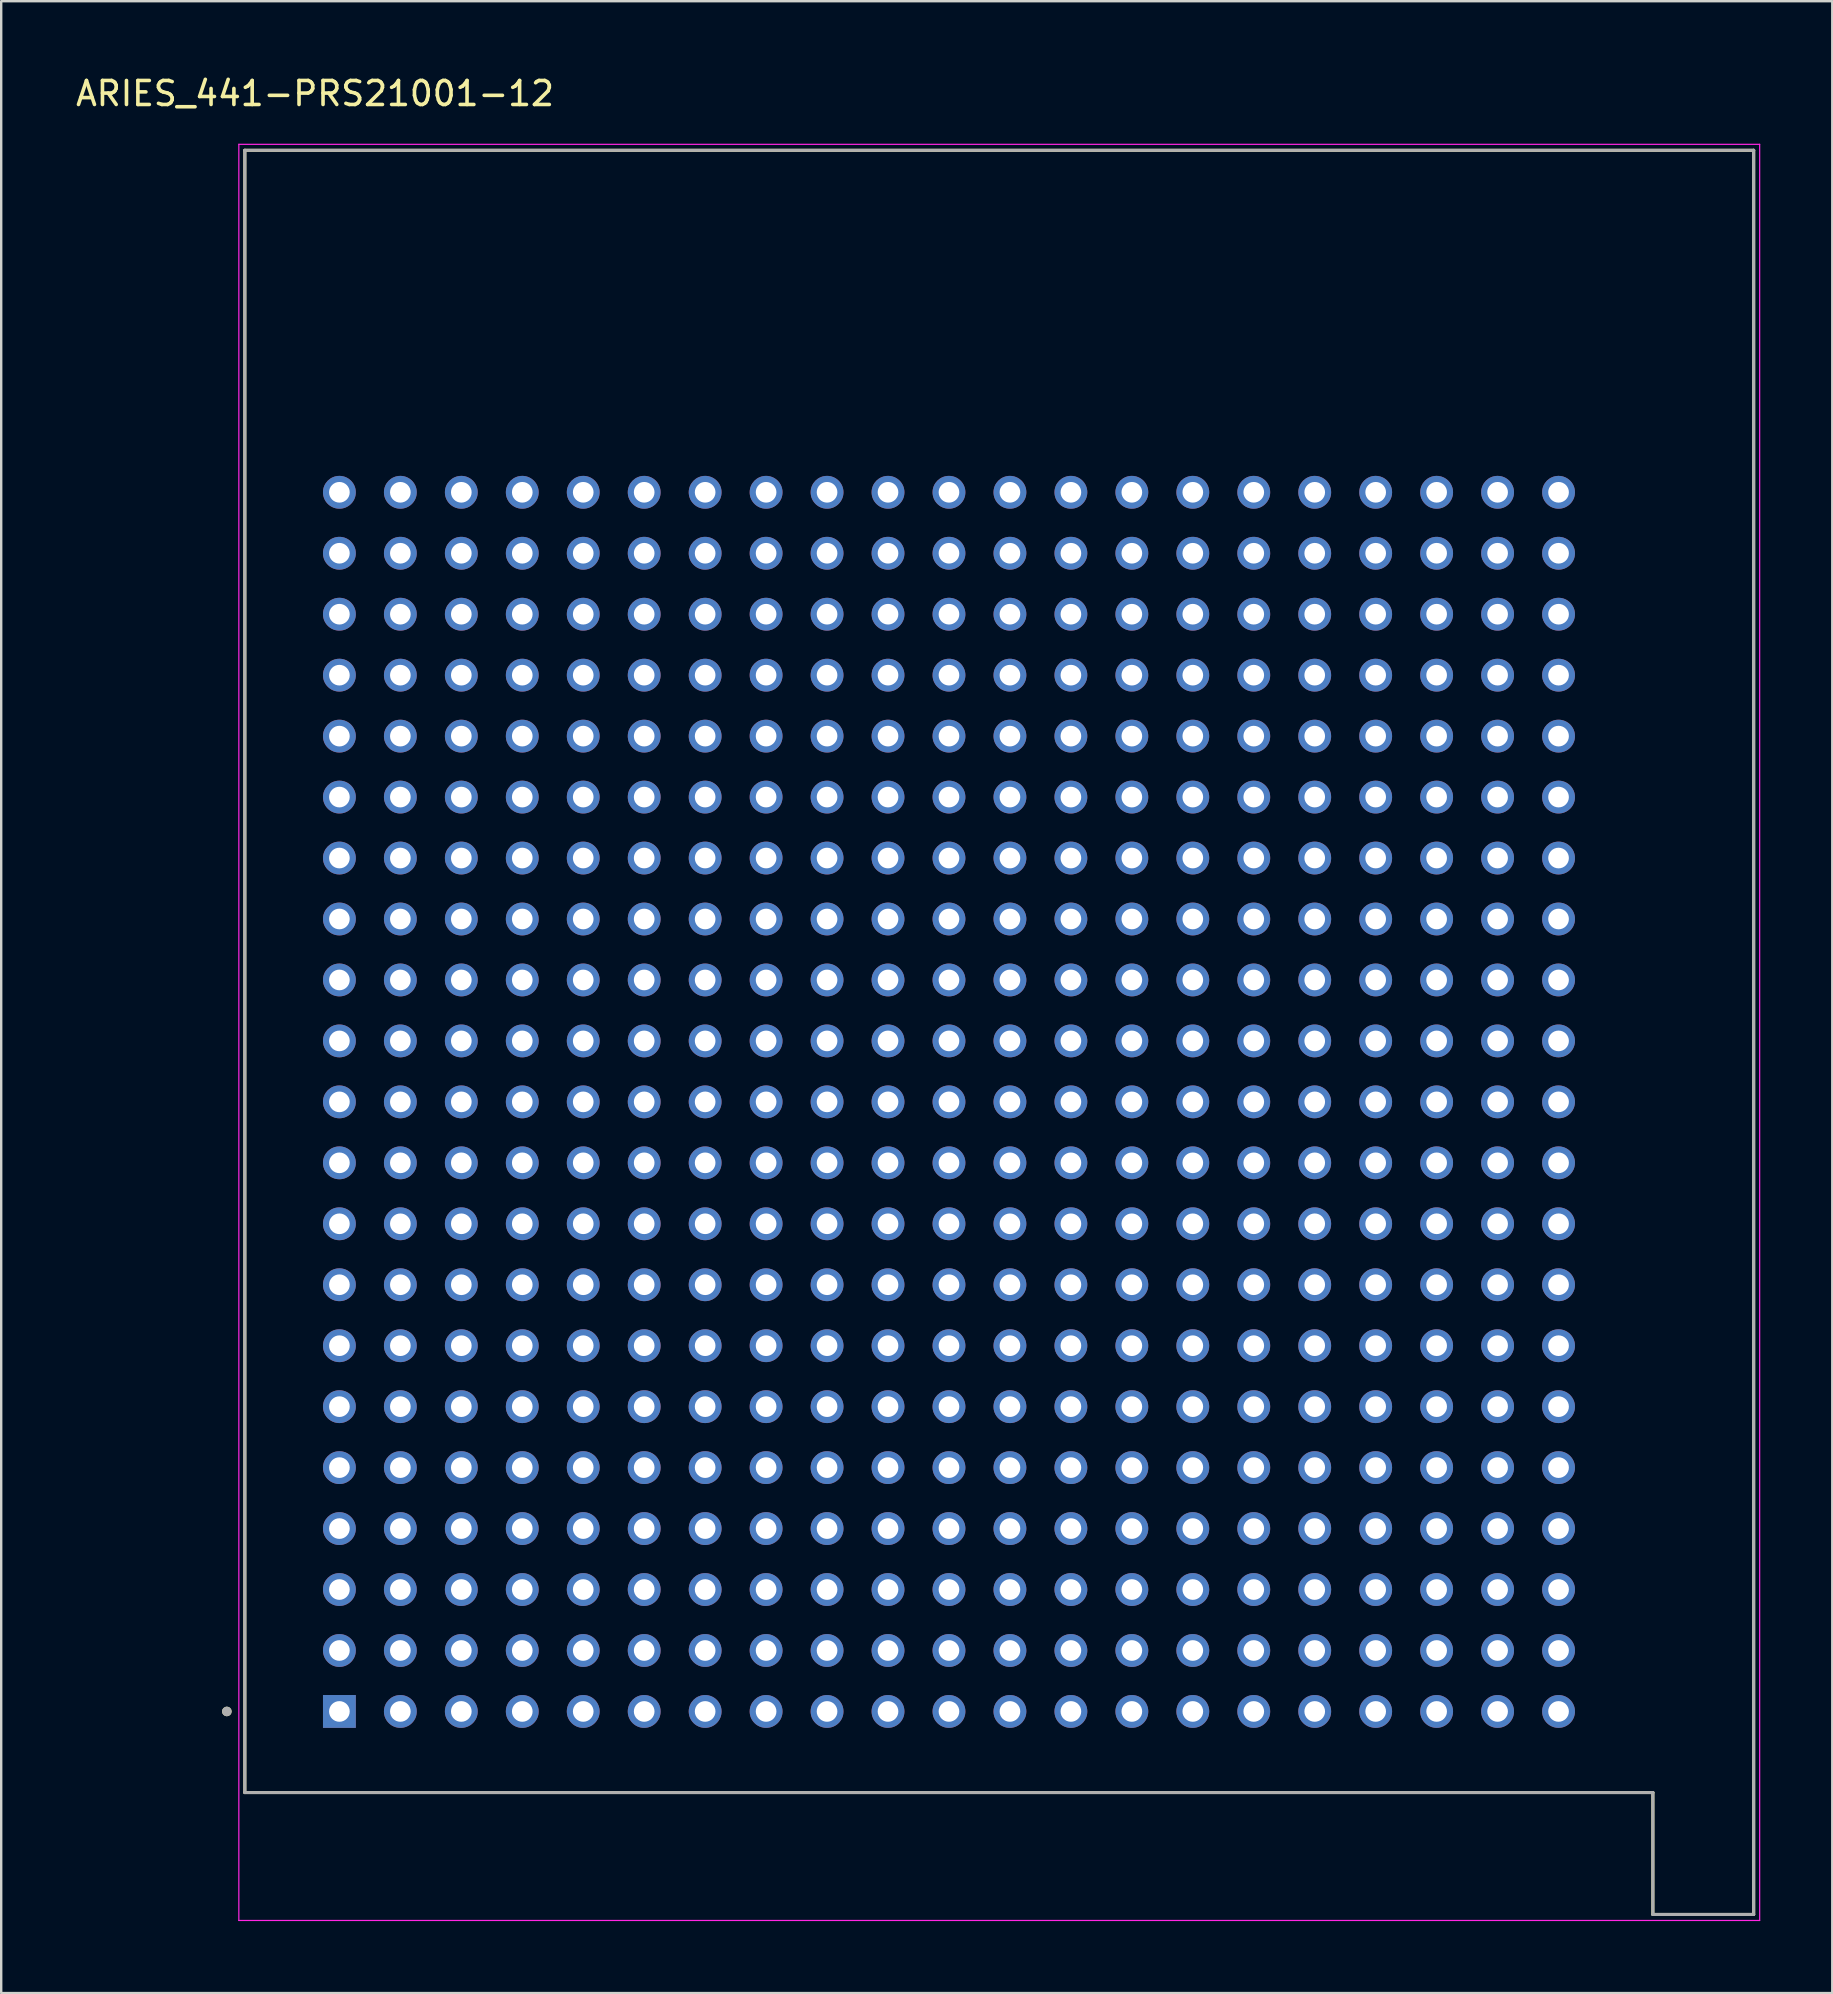
<source format=kicad_pcb>
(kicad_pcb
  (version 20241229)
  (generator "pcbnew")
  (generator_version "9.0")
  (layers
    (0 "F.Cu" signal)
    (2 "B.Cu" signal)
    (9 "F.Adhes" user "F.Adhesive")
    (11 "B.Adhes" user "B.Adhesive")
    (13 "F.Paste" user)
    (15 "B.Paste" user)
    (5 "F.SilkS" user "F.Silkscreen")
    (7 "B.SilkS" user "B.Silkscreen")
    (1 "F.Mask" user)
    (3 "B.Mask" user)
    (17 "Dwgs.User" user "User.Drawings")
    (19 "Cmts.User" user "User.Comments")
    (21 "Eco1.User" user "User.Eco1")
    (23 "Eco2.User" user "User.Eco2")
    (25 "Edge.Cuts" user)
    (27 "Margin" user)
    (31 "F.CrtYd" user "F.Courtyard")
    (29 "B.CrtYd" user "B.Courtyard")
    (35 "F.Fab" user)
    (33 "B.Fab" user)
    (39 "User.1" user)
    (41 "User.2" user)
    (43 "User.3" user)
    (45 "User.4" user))
  (footprint "ARIES_441-PRS21001-12"
    (layer "F.Cu")
    (at 36.492 42.863)
    (property "Reference" "ARIES_441-PRS21001-12" (at -26.415 -42.015 0) (layer "F.SilkS") (effects (font (size 1 1) (thickness 0.15))))
    (attr through_hole)
    (fp_line (start -29.34 -39.65) (end 33.53 -39.65) (stroke (width 0.127) (type solid)) (layer "F.SilkS"))
    (fp_line (start -29.34 28.78) (end -29.34 -39.65) (stroke (width 0.127) (type solid)) (layer "F.SilkS"))
    (fp_line (start 29.33 28.78) (end -29.34 28.78) (stroke (width 0.127) (type solid)) (layer "F.SilkS"))
    (fp_line (start 29.33 33.86) (end 29.33 28.78) (stroke (width 0.127) (type solid)) (layer "F.SilkS"))
    (fp_line (start 33.53 -39.65) (end 33.53 33.86) (stroke (width 0.127) (type solid)) (layer "F.SilkS"))
    (fp_line (start 33.53 33.86) (end 29.33 33.86) (stroke (width 0.127) (type solid)) (layer "F.SilkS"))
    (fp_circle (center -30.09 25.4) (end -29.99 25.4) (stroke (width 0.2) (type solid)) (fill no) (layer "F.SilkS"))
    (fp_line (start -29.59 -39.9) (end -29.59 34.11) (stroke (width 0.05) (type solid)) (layer "F.CrtYd"))
    (fp_line (start -29.59 34.11) (end 33.78 34.11) (stroke (width 0.05) (type solid)) (layer "F.CrtYd"))
    (fp_line (start 33.78 -39.9) (end -29.59 -39.9) (stroke (width 0.05) (type solid)) (layer "F.CrtYd"))
    (fp_line (start 33.78 34.11) (end 33.78 -39.9) (stroke (width 0.05) (type solid)) (layer "F.CrtYd"))
    (fp_line (start -29.34 -39.65) (end 33.53 -39.65) (stroke (width 0.127) (type solid)) (layer "F.Fab"))
    (fp_line (start -29.34 28.78) (end -29.34 -39.65) (stroke (width 0.127) (type solid)) (layer "F.Fab"))
    (fp_line (start 29.33 28.78) (end -29.34 28.78) (stroke (width 0.127) (type solid)) (layer "F.Fab"))
    (fp_line (start 29.33 33.86) (end 29.33 28.78) (stroke (width 0.127) (type solid)) (layer "F.Fab"))
    (fp_line (start 33.53 -39.65) (end 33.53 33.86) (stroke (width 0.127) (type solid)) (layer "F.Fab"))
    (fp_line (start 33.53 33.86) (end 29.33 33.86) (stroke (width 0.127) (type solid)) (layer "F.Fab"))
    (fp_circle (center -30.09 25.4) (end -29.99 25.4) (stroke (width 0.2) (type solid)) (fill no) (layer "F.Fab"))
    (pad "A1" thru_hole rect (at -25.4 25.4) (size 1.368 1.368) (drill 0.86) (layers "*.Cu" "*.Mask"))
    (pad "A2" thru_hole circle (at -22.86 25.4) (size 1.368 1.368) (drill 0.86) (layers "*.Cu" "*.Mask"))
    (pad "A3" thru_hole circle (at -20.32 25.4) (size 1.368 1.368) (drill 0.86) (layers "*.Cu" "*.Mask"))
    (pad "A4" thru_hole circle (at -17.78 25.4) (size 1.368 1.368) (drill 0.86) (layers "*.Cu" "*.Mask"))
    (pad "A5" thru_hole circle (at -15.24 25.4) (size 1.368 1.368) (drill 0.86) (layers "*.Cu" "*.Mask"))
    (pad "A6" thru_hole circle (at -12.7 25.4) (size 1.368 1.368) (drill 0.86) (layers "*.Cu" "*.Mask"))
    (pad "A7" thru_hole circle (at -10.16 25.4) (size 1.368 1.368) (drill 0.86) (layers "*.Cu" "*.Mask"))
    (pad "A8" thru_hole circle (at -7.62 25.4) (size 1.368 1.368) (drill 0.86) (layers "*.Cu" "*.Mask"))
    (pad "A9" thru_hole circle (at -5.08 25.4) (size 1.368 1.368) (drill 0.86) (layers "*.Cu" "*.Mask"))
    (pad "A10" thru_hole circle (at -2.54 25.4) (size 1.368 1.368) (drill 0.86) (layers "*.Cu" "*.Mask"))
    (pad "A11" thru_hole circle (at 0 25.4) (size 1.368 1.368) (drill 0.86) (layers "*.Cu" "*.Mask"))
    (pad "A12" thru_hole circle (at 2.54 25.4) (size 1.368 1.368) (drill 0.86) (layers "*.Cu" "*.Mask"))
    (pad "A13" thru_hole circle (at 5.08 25.4) (size 1.368 1.368) (drill 0.86) (layers "*.Cu" "*.Mask"))
    (pad "A14" thru_hole circle (at 7.62 25.4) (size 1.368 1.368) (drill 0.86) (layers "*.Cu" "*.Mask"))
    (pad "A15" thru_hole circle (at 10.16 25.4) (size 1.368 1.368) (drill 0.86) (layers "*.Cu" "*.Mask"))
    (pad "A16" thru_hole circle (at 12.7 25.4) (size 1.368 1.368) (drill 0.86) (layers "*.Cu" "*.Mask"))
    (pad "A17" thru_hole circle (at 15.24 25.4) (size 1.368 1.368) (drill 0.86) (layers "*.Cu" "*.Mask"))
    (pad "A18" thru_hole circle (at 17.78 25.4) (size 1.368 1.368) (drill 0.86) (layers "*.Cu" "*.Mask"))
    (pad "A19" thru_hole circle (at 20.32 25.4) (size 1.368 1.368) (drill 0.86) (layers "*.Cu" "*.Mask"))
    (pad "A20" thru_hole circle (at 22.86 25.4) (size 1.368 1.368) (drill 0.86) (layers "*.Cu" "*.Mask"))
    (pad "A21" thru_hole circle (at 25.4 25.4) (size 1.368 1.368) (drill 0.86) (layers "*.Cu" "*.Mask"))
    (pad "B1" thru_hole circle (at -25.4 22.86) (size 1.368 1.368) (drill 0.86) (layers "*.Cu" "*.Mask"))
    (pad "B2" thru_hole circle (at -22.86 22.86) (size 1.368 1.368) (drill 0.86) (layers "*.Cu" "*.Mask"))
    (pad "B3" thru_hole circle (at -20.32 22.86) (size 1.368 1.368) (drill 0.86) (layers "*.Cu" "*.Mask"))
    (pad "B4" thru_hole circle (at -17.78 22.86) (size 1.368 1.368) (drill 0.86) (layers "*.Cu" "*.Mask"))
    (pad "B5" thru_hole circle (at -15.24 22.86) (size 1.368 1.368) (drill 0.86) (layers "*.Cu" "*.Mask"))
    (pad "B6" thru_hole circle (at -12.7 22.86) (size 1.368 1.368) (drill 0.86) (layers "*.Cu" "*.Mask"))
    (pad "B7" thru_hole circle (at -10.16 22.86) (size 1.368 1.368) (drill 0.86) (layers "*.Cu" "*.Mask"))
    (pad "B8" thru_hole circle (at -7.62 22.86) (size 1.368 1.368) (drill 0.86) (layers "*.Cu" "*.Mask"))
    (pad "B9" thru_hole circle (at -5.08 22.86) (size 1.368 1.368) (drill 0.86) (layers "*.Cu" "*.Mask"))
    (pad "B10" thru_hole circle (at -2.54 22.86) (size 1.368 1.368) (drill 0.86) (layers "*.Cu" "*.Mask"))
    (pad "B11" thru_hole circle (at 0 22.86) (size 1.368 1.368) (drill 0.86) (layers "*.Cu" "*.Mask"))
    (pad "B12" thru_hole circle (at 2.54 22.86) (size 1.368 1.368) (drill 0.86) (layers "*.Cu" "*.Mask"))
    (pad "B13" thru_hole circle (at 5.08 22.86) (size 1.368 1.368) (drill 0.86) (layers "*.Cu" "*.Mask"))
    (pad "B14" thru_hole circle (at 7.62 22.86) (size 1.368 1.368) (drill 0.86) (layers "*.Cu" "*.Mask"))
    (pad "B15" thru_hole circle (at 10.16 22.86) (size 1.368 1.368) (drill 0.86) (layers "*.Cu" "*.Mask"))
    (pad "B16" thru_hole circle (at 12.7 22.86) (size 1.368 1.368) (drill 0.86) (layers "*.Cu" "*.Mask"))
    (pad "B17" thru_hole circle (at 15.24 22.86) (size 1.368 1.368) (drill 0.86) (layers "*.Cu" "*.Mask"))
    (pad "B18" thru_hole circle (at 17.78 22.86) (size 1.368 1.368) (drill 0.86) (layers "*.Cu" "*.Mask"))
    (pad "B19" thru_hole circle (at 20.32 22.86) (size 1.368 1.368) (drill 0.86) (layers "*.Cu" "*.Mask"))
    (pad "B20" thru_hole circle (at 22.86 22.86) (size 1.368 1.368) (drill 0.86) (layers "*.Cu" "*.Mask"))
    (pad "B21" thru_hole circle (at 25.4 22.86) (size 1.368 1.368) (drill 0.86) (layers "*.Cu" "*.Mask"))
    (pad "C1" thru_hole circle (at -25.4 20.32) (size 1.368 1.368) (drill 0.86) (layers "*.Cu" "*.Mask"))
    (pad "C2" thru_hole circle (at -22.86 20.32) (size 1.368 1.368) (drill 0.86) (layers "*.Cu" "*.Mask"))
    (pad "C3" thru_hole circle (at -20.32 20.32) (size 1.368 1.368) (drill 0.86) (layers "*.Cu" "*.Mask"))
    (pad "C4" thru_hole circle (at -17.78 20.32) (size 1.368 1.368) (drill 0.86) (layers "*.Cu" "*.Mask"))
    (pad "C5" thru_hole circle (at -15.24 20.32) (size 1.368 1.368) (drill 0.86) (layers "*.Cu" "*.Mask"))
    (pad "C6" thru_hole circle (at -12.7 20.32) (size 1.368 1.368) (drill 0.86) (layers "*.Cu" "*.Mask"))
    (pad "C7" thru_hole circle (at -10.16 20.32) (size 1.368 1.368) (drill 0.86) (layers "*.Cu" "*.Mask"))
    (pad "C8" thru_hole circle (at -7.62 20.32) (size 1.368 1.368) (drill 0.86) (layers "*.Cu" "*.Mask"))
    (pad "C9" thru_hole circle (at -5.08 20.32) (size 1.368 1.368) (drill 0.86) (layers "*.Cu" "*.Mask"))
    (pad "C10" thru_hole circle (at -2.54 20.32) (size 1.368 1.368) (drill 0.86) (layers "*.Cu" "*.Mask"))
    (pad "C11" thru_hole circle (at 0 20.32) (size 1.368 1.368) (drill 0.86) (layers "*.Cu" "*.Mask"))
    (pad "C12" thru_hole circle (at 2.54 20.32) (size 1.368 1.368) (drill 0.86) (layers "*.Cu" "*.Mask"))
    (pad "C13" thru_hole circle (at 5.08 20.32) (size 1.368 1.368) (drill 0.86) (layers "*.Cu" "*.Mask"))
    (pad "C14" thru_hole circle (at 7.62 20.32) (size 1.368 1.368) (drill 0.86) (layers "*.Cu" "*.Mask"))
    (pad "C15" thru_hole circle (at 10.16 20.32) (size 1.368 1.368) (drill 0.86) (layers "*.Cu" "*.Mask"))
    (pad "C16" thru_hole circle (at 12.7 20.32) (size 1.368 1.368) (drill 0.86) (layers "*.Cu" "*.Mask"))
    (pad "C17" thru_hole circle (at 15.24 20.32) (size 1.368 1.368) (drill 0.86) (layers "*.Cu" "*.Mask"))
    (pad "C18" thru_hole circle (at 17.78 20.32) (size 1.368 1.368) (drill 0.86) (layers "*.Cu" "*.Mask"))
    (pad "C19" thru_hole circle (at 20.32 20.32) (size 1.368 1.368) (drill 0.86) (layers "*.Cu" "*.Mask"))
    (pad "C20" thru_hole circle (at 22.86 20.32) (size 1.368 1.368) (drill 0.86) (layers "*.Cu" "*.Mask"))
    (pad "C21" thru_hole circle (at 25.4 20.32) (size 1.368 1.368) (drill 0.86) (layers "*.Cu" "*.Mask"))
    (pad "D1" thru_hole circle (at -25.4 17.78) (size 1.368 1.368) (drill 0.86) (layers "*.Cu" "*.Mask"))
    (pad "D2" thru_hole circle (at -22.86 17.78) (size 1.368 1.368) (drill 0.86) (layers "*.Cu" "*.Mask"))
    (pad "D3" thru_hole circle (at -20.32 17.78) (size 1.368 1.368) (drill 0.86) (layers "*.Cu" "*.Mask"))
    (pad "D4" thru_hole circle (at -17.78 17.78) (size 1.368 1.368) (drill 0.86) (layers "*.Cu" "*.Mask"))
    (pad "D5" thru_hole circle (at -15.24 17.78) (size 1.368 1.368) (drill 0.86) (layers "*.Cu" "*.Mask"))
    (pad "D6" thru_hole circle (at -12.7 17.78) (size 1.368 1.368) (drill 0.86) (layers "*.Cu" "*.Mask"))
    (pad "D7" thru_hole circle (at -10.16 17.78) (size 1.368 1.368) (drill 0.86) (layers "*.Cu" "*.Mask"))
    (pad "D8" thru_hole circle (at -7.62 17.78) (size 1.368 1.368) (drill 0.86) (layers "*.Cu" "*.Mask"))
    (pad "D9" thru_hole circle (at -5.08 17.78) (size 1.368 1.368) (drill 0.86) (layers "*.Cu" "*.Mask"))
    (pad "D10" thru_hole circle (at -2.54 17.78) (size 1.368 1.368) (drill 0.86) (layers "*.Cu" "*.Mask"))
    (pad "D11" thru_hole circle (at 0 17.78) (size 1.368 1.368) (drill 0.86) (layers "*.Cu" "*.Mask"))
    (pad "D12" thru_hole circle (at 2.54 17.78) (size 1.368 1.368) (drill 0.86) (layers "*.Cu" "*.Mask"))
    (pad "D13" thru_hole circle (at 5.08 17.78) (size 1.368 1.368) (drill 0.86) (layers "*.Cu" "*.Mask"))
    (pad "D14" thru_hole circle (at 7.62 17.78) (size 1.368 1.368) (drill 0.86) (layers "*.Cu" "*.Mask"))
    (pad "D15" thru_hole circle (at 10.16 17.78) (size 1.368 1.368) (drill 0.86) (layers "*.Cu" "*.Mask"))
    (pad "D16" thru_hole circle (at 12.7 17.78) (size 1.368 1.368) (drill 0.86) (layers "*.Cu" "*.Mask"))
    (pad "D17" thru_hole circle (at 15.24 17.78) (size 1.368 1.368) (drill 0.86) (layers "*.Cu" "*.Mask"))
    (pad "D18" thru_hole circle (at 17.78 17.78) (size 1.368 1.368) (drill 0.86) (layers "*.Cu" "*.Mask"))
    (pad "D19" thru_hole circle (at 20.32 17.78) (size 1.368 1.368) (drill 0.86) (layers "*.Cu" "*.Mask"))
    (pad "D20" thru_hole circle (at 22.86 17.78) (size 1.368 1.368) (drill 0.86) (layers "*.Cu" "*.Mask"))
    (pad "D21" thru_hole circle (at 25.4 17.78) (size 1.368 1.368) (drill 0.86) (layers "*.Cu" "*.Mask"))
    (pad "E1" thru_hole circle (at -25.4 15.24) (size 1.368 1.368) (drill 0.86) (layers "*.Cu" "*.Mask"))
    (pad "E2" thru_hole circle (at -22.86 15.24) (size 1.368 1.368) (drill 0.86) (layers "*.Cu" "*.Mask"))
    (pad "E3" thru_hole circle (at -20.32 15.24) (size 1.368 1.368) (drill 0.86) (layers "*.Cu" "*.Mask"))
    (pad "E4" thru_hole circle (at -17.78 15.24) (size 1.368 1.368) (drill 0.86) (layers "*.Cu" "*.Mask"))
    (pad "E5" thru_hole circle (at -15.24 15.24) (size 1.368 1.368) (drill 0.86) (layers "*.Cu" "*.Mask"))
    (pad "E6" thru_hole circle (at -12.7 15.24) (size 1.368 1.368) (drill 0.86) (layers "*.Cu" "*.Mask"))
    (pad "E7" thru_hole circle (at -10.16 15.24) (size 1.368 1.368) (drill 0.86) (layers "*.Cu" "*.Mask"))
    (pad "E8" thru_hole circle (at -7.62 15.24) (size 1.368 1.368) (drill 0.86) (layers "*.Cu" "*.Mask"))
    (pad "E9" thru_hole circle (at -5.08 15.24) (size 1.368 1.368) (drill 0.86) (layers "*.Cu" "*.Mask"))
    (pad "E10" thru_hole circle (at -2.54 15.24) (size 1.368 1.368) (drill 0.86) (layers "*.Cu" "*.Mask"))
    (pad "E11" thru_hole circle (at 0 15.24) (size 1.368 1.368) (drill 0.86) (layers "*.Cu" "*.Mask"))
    (pad "E12" thru_hole circle (at 2.54 15.24) (size 1.368 1.368) (drill 0.86) (layers "*.Cu" "*.Mask"))
    (pad "E13" thru_hole circle (at 5.08 15.24) (size 1.368 1.368) (drill 0.86) (layers "*.Cu" "*.Mask"))
    (pad "E14" thru_hole circle (at 7.62 15.24) (size 1.368 1.368) (drill 0.86) (layers "*.Cu" "*.Mask"))
    (pad "E15" thru_hole circle (at 10.16 15.24) (size 1.368 1.368) (drill 0.86) (layers "*.Cu" "*.Mask"))
    (pad "E16" thru_hole circle (at 12.7 15.24) (size 1.368 1.368) (drill 0.86) (layers "*.Cu" "*.Mask"))
    (pad "E17" thru_hole circle (at 15.24 15.24) (size 1.368 1.368) (drill 0.86) (layers "*.Cu" "*.Mask"))
    (pad "E18" thru_hole circle (at 17.78 15.24) (size 1.368 1.368) (drill 0.86) (layers "*.Cu" "*.Mask"))
    (pad "E19" thru_hole circle (at 20.32 15.24) (size 1.368 1.368) (drill 0.86) (layers "*.Cu" "*.Mask"))
    (pad "E20" thru_hole circle (at 22.86 15.24) (size 1.368 1.368) (drill 0.86) (layers "*.Cu" "*.Mask"))
    (pad "E21" thru_hole circle (at 25.4 15.24) (size 1.368 1.368) (drill 0.86) (layers "*.Cu" "*.Mask"))
    (pad "F1" thru_hole circle (at -25.4 12.7) (size 1.368 1.368) (drill 0.86) (layers "*.Cu" "*.Mask"))
    (pad "F2" thru_hole circle (at -22.86 12.7) (size 1.368 1.368) (drill 0.86) (layers "*.Cu" "*.Mask"))
    (pad "F3" thru_hole circle (at -20.32 12.7) (size 1.368 1.368) (drill 0.86) (layers "*.Cu" "*.Mask"))
    (pad "F4" thru_hole circle (at -17.78 12.7) (size 1.368 1.368) (drill 0.86) (layers "*.Cu" "*.Mask"))
    (pad "F5" thru_hole circle (at -15.24 12.7) (size 1.368 1.368) (drill 0.86) (layers "*.Cu" "*.Mask"))
    (pad "F6" thru_hole circle (at -12.7 12.7) (size 1.368 1.368) (drill 0.86) (layers "*.Cu" "*.Mask"))
    (pad "F7" thru_hole circle (at -10.16 12.7) (size 1.368 1.368) (drill 0.86) (layers "*.Cu" "*.Mask"))
    (pad "F8" thru_hole circle (at -7.62 12.7) (size 1.368 1.368) (drill 0.86) (layers "*.Cu" "*.Mask"))
    (pad "F9" thru_hole circle (at -5.08 12.7) (size 1.368 1.368) (drill 0.86) (layers "*.Cu" "*.Mask"))
    (pad "F10" thru_hole circle (at -2.54 12.7) (size 1.368 1.368) (drill 0.86) (layers "*.Cu" "*.Mask"))
    (pad "F11" thru_hole circle (at 0 12.7) (size 1.368 1.368) (drill 0.86) (layers "*.Cu" "*.Mask"))
    (pad "F12" thru_hole circle (at 2.54 12.7) (size 1.368 1.368) (drill 0.86) (layers "*.Cu" "*.Mask"))
    (pad "F13" thru_hole circle (at 5.08 12.7) (size 1.368 1.368) (drill 0.86) (layers "*.Cu" "*.Mask"))
    (pad "F14" thru_hole circle (at 7.62 12.7) (size 1.368 1.368) (drill 0.86) (layers "*.Cu" "*.Mask"))
    (pad "F15" thru_hole circle (at 10.16 12.7) (size 1.368 1.368) (drill 0.86) (layers "*.Cu" "*.Mask"))
    (pad "F16" thru_hole circle (at 12.7 12.7) (size 1.368 1.368) (drill 0.86) (layers "*.Cu" "*.Mask"))
    (pad "F17" thru_hole circle (at 15.24 12.7) (size 1.368 1.368) (drill 0.86) (layers "*.Cu" "*.Mask"))
    (pad "F18" thru_hole circle (at 17.78 12.7) (size 1.368 1.368) (drill 0.86) (layers "*.Cu" "*.Mask"))
    (pad "F19" thru_hole circle (at 20.32 12.7) (size 1.368 1.368) (drill 0.86) (layers "*.Cu" "*.Mask"))
    (pad "F20" thru_hole circle (at 22.86 12.7) (size 1.368 1.368) (drill 0.86) (layers "*.Cu" "*.Mask"))
    (pad "F21" thru_hole circle (at 25.4 12.7) (size 1.368 1.368) (drill 0.86) (layers "*.Cu" "*.Mask"))
    (pad "G1" thru_hole circle (at -25.4 10.16) (size 1.368 1.368) (drill 0.86) (layers "*.Cu" "*.Mask"))
    (pad "G2" thru_hole circle (at -22.86 10.16) (size 1.368 1.368) (drill 0.86) (layers "*.Cu" "*.Mask"))
    (pad "G3" thru_hole circle (at -20.32 10.16) (size 1.368 1.368) (drill 0.86) (layers "*.Cu" "*.Mask"))
    (pad "G4" thru_hole circle (at -17.78 10.16) (size 1.368 1.368) (drill 0.86) (layers "*.Cu" "*.Mask"))
    (pad "G5" thru_hole circle (at -15.24 10.16) (size 1.368 1.368) (drill 0.86) (layers "*.Cu" "*.Mask"))
    (pad "G6" thru_hole circle (at -12.7 10.16) (size 1.368 1.368) (drill 0.86) (layers "*.Cu" "*.Mask"))
    (pad "G7" thru_hole circle (at -10.16 10.16) (size 1.368 1.368) (drill 0.86) (layers "*.Cu" "*.Mask"))
    (pad "G8" thru_hole circle (at -7.62 10.16) (size 1.368 1.368) (drill 0.86) (layers "*.Cu" "*.Mask"))
    (pad "G9" thru_hole circle (at -5.08 10.16) (size 1.368 1.368) (drill 0.86) (layers "*.Cu" "*.Mask"))
    (pad "G10" thru_hole circle (at -2.54 10.16) (size 1.368 1.368) (drill 0.86) (layers "*.Cu" "*.Mask"))
    (pad "G11" thru_hole circle (at 0 10.16) (size 1.368 1.368) (drill 0.86) (layers "*.Cu" "*.Mask"))
    (pad "G12" thru_hole circle (at 2.54 10.16) (size 1.368 1.368) (drill 0.86) (layers "*.Cu" "*.Mask"))
    (pad "G13" thru_hole circle (at 5.08 10.16) (size 1.368 1.368) (drill 0.86) (layers "*.Cu" "*.Mask"))
    (pad "G14" thru_hole circle (at 7.62 10.16) (size 1.368 1.368) (drill 0.86) (layers "*.Cu" "*.Mask"))
    (pad "G15" thru_hole circle (at 10.16 10.16) (size 1.368 1.368) (drill 0.86) (layers "*.Cu" "*.Mask"))
    (pad "G16" thru_hole circle (at 12.7 10.16) (size 1.368 1.368) (drill 0.86) (layers "*.Cu" "*.Mask"))
    (pad "G17" thru_hole circle (at 15.24 10.16) (size 1.368 1.368) (drill 0.86) (layers "*.Cu" "*.Mask"))
    (pad "G18" thru_hole circle (at 17.78 10.16) (size 1.368 1.368) (drill 0.86) (layers "*.Cu" "*.Mask"))
    (pad "G19" thru_hole circle (at 20.32 10.16) (size 1.368 1.368) (drill 0.86) (layers "*.Cu" "*.Mask"))
    (pad "G20" thru_hole circle (at 22.86 10.16) (size 1.368 1.368) (drill 0.86) (layers "*.Cu" "*.Mask"))
    (pad "G21" thru_hole circle (at 25.4 10.16) (size 1.368 1.368) (drill 0.86) (layers "*.Cu" "*.Mask"))
    (pad "H1" thru_hole circle (at -25.4 7.62) (size 1.368 1.368) (drill 0.86) (layers "*.Cu" "*.Mask"))
    (pad "H2" thru_hole circle (at -22.86 7.62) (size 1.368 1.368) (drill 0.86) (layers "*.Cu" "*.Mask"))
    (pad "H3" thru_hole circle (at -20.32 7.62) (size 1.368 1.368) (drill 0.86) (layers "*.Cu" "*.Mask"))
    (pad "H4" thru_hole circle (at -17.78 7.62) (size 1.368 1.368) (drill 0.86) (layers "*.Cu" "*.Mask"))
    (pad "H5" thru_hole circle (at -15.24 7.62) (size 1.368 1.368) (drill 0.86) (layers "*.Cu" "*.Mask"))
    (pad "H6" thru_hole circle (at -12.7 7.62) (size 1.368 1.368) (drill 0.86) (layers "*.Cu" "*.Mask"))
    (pad "H7" thru_hole circle (at -10.16 7.62) (size 1.368 1.368) (drill 0.86) (layers "*.Cu" "*.Mask"))
    (pad "H8" thru_hole circle (at -7.62 7.62) (size 1.368 1.368) (drill 0.86) (layers "*.Cu" "*.Mask"))
    (pad "H9" thru_hole circle (at -5.08 7.62) (size 1.368 1.368) (drill 0.86) (layers "*.Cu" "*.Mask"))
    (pad "H10" thru_hole circle (at -2.54 7.62) (size 1.368 1.368) (drill 0.86) (layers "*.Cu" "*.Mask"))
    (pad "H11" thru_hole circle (at 0 7.62) (size 1.368 1.368) (drill 0.86) (layers "*.Cu" "*.Mask"))
    (pad "H12" thru_hole circle (at 2.54 7.62) (size 1.368 1.368) (drill 0.86) (layers "*.Cu" "*.Mask"))
    (pad "H13" thru_hole circle (at 5.08 7.62) (size 1.368 1.368) (drill 0.86) (layers "*.Cu" "*.Mask"))
    (pad "H14" thru_hole circle (at 7.62 7.62) (size 1.368 1.368) (drill 0.86) (layers "*.Cu" "*.Mask"))
    (pad "H15" thru_hole circle (at 10.16 7.62) (size 1.368 1.368) (drill 0.86) (layers "*.Cu" "*.Mask"))
    (pad "H16" thru_hole circle (at 12.7 7.62) (size 1.368 1.368) (drill 0.86) (layers "*.Cu" "*.Mask"))
    (pad "H17" thru_hole circle (at 15.24 7.62) (size 1.368 1.368) (drill 0.86) (layers "*.Cu" "*.Mask"))
    (pad "H18" thru_hole circle (at 17.78 7.62) (size 1.368 1.368) (drill 0.86) (layers "*.Cu" "*.Mask"))
    (pad "H19" thru_hole circle (at 20.32 7.62) (size 1.368 1.368) (drill 0.86) (layers "*.Cu" "*.Mask"))
    (pad "H20" thru_hole circle (at 22.86 7.62) (size 1.368 1.368) (drill 0.86) (layers "*.Cu" "*.Mask"))
    (pad "H21" thru_hole circle (at 25.4 7.62) (size 1.368 1.368) (drill 0.86) (layers "*.Cu" "*.Mask"))
    (pad "J1" thru_hole circle (at -25.4 5.08) (size 1.368 1.368) (drill 0.86) (layers "*.Cu" "*.Mask"))
    (pad "J2" thru_hole circle (at -22.86 5.08) (size 1.368 1.368) (drill 0.86) (layers "*.Cu" "*.Mask"))
    (pad "J3" thru_hole circle (at -20.32 5.08) (size 1.368 1.368) (drill 0.86) (layers "*.Cu" "*.Mask"))
    (pad "J4" thru_hole circle (at -17.78 5.08) (size 1.368 1.368) (drill 0.86) (layers "*.Cu" "*.Mask"))
    (pad "J5" thru_hole circle (at -15.24 5.08) (size 1.368 1.368) (drill 0.86) (layers "*.Cu" "*.Mask"))
    (pad "J6" thru_hole circle (at -12.7 5.08) (size 1.368 1.368) (drill 0.86) (layers "*.Cu" "*.Mask"))
    (pad "J7" thru_hole circle (at -10.16 5.08) (size 1.368 1.368) (drill 0.86) (layers "*.Cu" "*.Mask"))
    (pad "J8" thru_hole circle (at -7.62 5.08) (size 1.368 1.368) (drill 0.86) (layers "*.Cu" "*.Mask"))
    (pad "J9" thru_hole circle (at -5.08 5.08) (size 1.368 1.368) (drill 0.86) (layers "*.Cu" "*.Mask"))
    (pad "J10" thru_hole circle (at -2.54 5.08) (size 1.368 1.368) (drill 0.86) (layers "*.Cu" "*.Mask"))
    (pad "J11" thru_hole circle (at 0 5.08) (size 1.368 1.368) (drill 0.86) (layers "*.Cu" "*.Mask"))
    (pad "J12" thru_hole circle (at 2.54 5.08) (size 1.368 1.368) (drill 0.86) (layers "*.Cu" "*.Mask"))
    (pad "J13" thru_hole circle (at 5.08 5.08) (size 1.368 1.368) (drill 0.86) (layers "*.Cu" "*.Mask"))
    (pad "J14" thru_hole circle (at 7.62 5.08) (size 1.368 1.368) (drill 0.86) (layers "*.Cu" "*.Mask"))
    (pad "J15" thru_hole circle (at 10.16 5.08) (size 1.368 1.368) (drill 0.86) (layers "*.Cu" "*.Mask"))
    (pad "J16" thru_hole circle (at 12.7 5.08) (size 1.368 1.368) (drill 0.86) (layers "*.Cu" "*.Mask"))
    (pad "J17" thru_hole circle (at 15.24 5.08) (size 1.368 1.368) (drill 0.86) (layers "*.Cu" "*.Mask"))
    (pad "J18" thru_hole circle (at 17.78 5.08) (size 1.368 1.368) (drill 0.86) (layers "*.Cu" "*.Mask"))
    (pad "J19" thru_hole circle (at 20.32 5.08) (size 1.368 1.368) (drill 0.86) (layers "*.Cu" "*.Mask"))
    (pad "J20" thru_hole circle (at 22.86 5.08) (size 1.368 1.368) (drill 0.86) (layers "*.Cu" "*.Mask"))
    (pad "J21" thru_hole circle (at 25.4 5.08) (size 1.368 1.368) (drill 0.86) (layers "*.Cu" "*.Mask"))
    (pad "K1" thru_hole circle (at -25.4 2.54) (size 1.368 1.368) (drill 0.86) (layers "*.Cu" "*.Mask"))
    (pad "K2" thru_hole circle (at -22.86 2.54) (size 1.368 1.368) (drill 0.86) (layers "*.Cu" "*.Mask"))
    (pad "K3" thru_hole circle (at -20.32 2.54) (size 1.368 1.368) (drill 0.86) (layers "*.Cu" "*.Mask"))
    (pad "K4" thru_hole circle (at -17.78 2.54) (size 1.368 1.368) (drill 0.86) (layers "*.Cu" "*.Mask"))
    (pad "K5" thru_hole circle (at -15.24 2.54) (size 1.368 1.368) (drill 0.86) (layers "*.Cu" "*.Mask"))
    (pad "K6" thru_hole circle (at -12.7 2.54) (size 1.368 1.368) (drill 0.86) (layers "*.Cu" "*.Mask"))
    (pad "K7" thru_hole circle (at -10.16 2.54) (size 1.368 1.368) (drill 0.86) (layers "*.Cu" "*.Mask"))
    (pad "K8" thru_hole circle (at -7.62 2.54) (size 1.368 1.368) (drill 0.86) (layers "*.Cu" "*.Mask"))
    (pad "K9" thru_hole circle (at -5.08 2.54) (size 1.368 1.368) (drill 0.86) (layers "*.Cu" "*.Mask"))
    (pad "K10" thru_hole circle (at -2.54 2.54) (size 1.368 1.368) (drill 0.86) (layers "*.Cu" "*.Mask"))
    (pad "K11" thru_hole circle (at 0 2.54) (size 1.368 1.368) (drill 0.86) (layers "*.Cu" "*.Mask"))
    (pad "K12" thru_hole circle (at 2.54 2.54) (size 1.368 1.368) (drill 0.86) (layers "*.Cu" "*.Mask"))
    (pad "K13" thru_hole circle (at 5.08 2.54) (size 1.368 1.368) (drill 0.86) (layers "*.Cu" "*.Mask"))
    (pad "K14" thru_hole circle (at 7.62 2.54) (size 1.368 1.368) (drill 0.86) (layers "*.Cu" "*.Mask"))
    (pad "K15" thru_hole circle (at 10.16 2.54) (size 1.368 1.368) (drill 0.86) (layers "*.Cu" "*.Mask"))
    (pad "K16" thru_hole circle (at 12.7 2.54) (size 1.368 1.368) (drill 0.86) (layers "*.Cu" "*.Mask"))
    (pad "K17" thru_hole circle (at 15.24 2.54) (size 1.368 1.368) (drill 0.86) (layers "*.Cu" "*.Mask"))
    (pad "K18" thru_hole circle (at 17.78 2.54) (size 1.368 1.368) (drill 0.86) (layers "*.Cu" "*.Mask"))
    (pad "K19" thru_hole circle (at 20.32 2.54) (size 1.368 1.368) (drill 0.86) (layers "*.Cu" "*.Mask"))
    (pad "K20" thru_hole circle (at 22.86 2.54) (size 1.368 1.368) (drill 0.86) (layers "*.Cu" "*.Mask"))
    (pad "K21" thru_hole circle (at 25.4 2.54) (size 1.368 1.368) (drill 0.86) (layers "*.Cu" "*.Mask"))
    (pad "L1" thru_hole circle (at -25.4 0) (size 1.368 1.368) (drill 0.86) (layers "*.Cu" "*.Mask"))
    (pad "L2" thru_hole circle (at -22.86 0) (size 1.368 1.368) (drill 0.86) (layers "*.Cu" "*.Mask"))
    (pad "L3" thru_hole circle (at -20.32 0) (size 1.368 1.368) (drill 0.86) (layers "*.Cu" "*.Mask"))
    (pad "L4" thru_hole circle (at -17.78 0) (size 1.368 1.368) (drill 0.86) (layers "*.Cu" "*.Mask"))
    (pad "L5" thru_hole circle (at -15.24 0) (size 1.368 1.368) (drill 0.86) (layers "*.Cu" "*.Mask"))
    (pad "L6" thru_hole circle (at -12.7 0) (size 1.368 1.368) (drill 0.86) (layers "*.Cu" "*.Mask"))
    (pad "L7" thru_hole circle (at -10.16 0) (size 1.368 1.368) (drill 0.86) (layers "*.Cu" "*.Mask"))
    (pad "L8" thru_hole circle (at -7.62 0) (size 1.368 1.368) (drill 0.86) (layers "*.Cu" "*.Mask"))
    (pad "L9" thru_hole circle (at -5.08 0) (size 1.368 1.368) (drill 0.86) (layers "*.Cu" "*.Mask"))
    (pad "L10" thru_hole circle (at -2.54 0) (size 1.368 1.368) (drill 0.86) (layers "*.Cu" "*.Mask"))
    (pad "L11" thru_hole circle (at 0 0) (size 1.368 1.368) (drill 0.86) (layers "*.Cu" "*.Mask"))
    (pad "L12" thru_hole circle (at 2.54 0) (size 1.368 1.368) (drill 0.86) (layers "*.Cu" "*.Mask"))
    (pad "L13" thru_hole circle (at 5.08 0) (size 1.368 1.368) (drill 0.86) (layers "*.Cu" "*.Mask"))
    (pad "L14" thru_hole circle (at 7.62 0) (size 1.368 1.368) (drill 0.86) (layers "*.Cu" "*.Mask"))
    (pad "L15" thru_hole circle (at 10.16 0) (size 1.368 1.368) (drill 0.86) (layers "*.Cu" "*.Mask"))
    (pad "L16" thru_hole circle (at 12.7 0) (size 1.368 1.368) (drill 0.86) (layers "*.Cu" "*.Mask"))
    (pad "L17" thru_hole circle (at 15.24 0) (size 1.368 1.368) (drill 0.86) (layers "*.Cu" "*.Mask"))
    (pad "L18" thru_hole circle (at 17.78 0) (size 1.368 1.368) (drill 0.86) (layers "*.Cu" "*.Mask"))
    (pad "L19" thru_hole circle (at 20.32 0) (size 1.368 1.368) (drill 0.86) (layers "*.Cu" "*.Mask"))
    (pad "L20" thru_hole circle (at 22.86 0) (size 1.368 1.368) (drill 0.86) (layers "*.Cu" "*.Mask"))
    (pad "L21" thru_hole circle (at 25.4 0) (size 1.368 1.368) (drill 0.86) (layers "*.Cu" "*.Mask"))
    (pad "M1" thru_hole circle (at -25.4 -2.54) (size 1.368 1.368) (drill 0.86) (layers "*.Cu" "*.Mask"))
    (pad "M2" thru_hole circle (at -22.86 -2.54) (size 1.368 1.368) (drill 0.86) (layers "*.Cu" "*.Mask"))
    (pad "M3" thru_hole circle (at -20.32 -2.54) (size 1.368 1.368) (drill 0.86) (layers "*.Cu" "*.Mask"))
    (pad "M4" thru_hole circle (at -17.78 -2.54) (size 1.368 1.368) (drill 0.86) (layers "*.Cu" "*.Mask"))
    (pad "M5" thru_hole circle (at -15.24 -2.54) (size 1.368 1.368) (drill 0.86) (layers "*.Cu" "*.Mask"))
    (pad "M6" thru_hole circle (at -12.7 -2.54) (size 1.368 1.368) (drill 0.86) (layers "*.Cu" "*.Mask"))
    (pad "M7" thru_hole circle (at -10.16 -2.54) (size 1.368 1.368) (drill 0.86) (layers "*.Cu" "*.Mask"))
    (pad "M8" thru_hole circle (at -7.62 -2.54) (size 1.368 1.368) (drill 0.86) (layers "*.Cu" "*.Mask"))
    (pad "M9" thru_hole circle (at -5.08 -2.54) (size 1.368 1.368) (drill 0.86) (layers "*.Cu" "*.Mask"))
    (pad "M10" thru_hole circle (at -2.54 -2.54) (size 1.368 1.368) (drill 0.86) (layers "*.Cu" "*.Mask"))
    (pad "M11" thru_hole circle (at 0 -2.54) (size 1.368 1.368) (drill 0.86) (layers "*.Cu" "*.Mask"))
    (pad "M12" thru_hole circle (at 2.54 -2.54) (size 1.368 1.368) (drill 0.86) (layers "*.Cu" "*.Mask"))
    (pad "M13" thru_hole circle (at 5.08 -2.54) (size 1.368 1.368) (drill 0.86) (layers "*.Cu" "*.Mask"))
    (pad "M14" thru_hole circle (at 7.62 -2.54) (size 1.368 1.368) (drill 0.86) (layers "*.Cu" "*.Mask"))
    (pad "M15" thru_hole circle (at 10.16 -2.54) (size 1.368 1.368) (drill 0.86) (layers "*.Cu" "*.Mask"))
    (pad "M16" thru_hole circle (at 12.7 -2.54) (size 1.368 1.368) (drill 0.86) (layers "*.Cu" "*.Mask"))
    (pad "M17" thru_hole circle (at 15.24 -2.54) (size 1.368 1.368) (drill 0.86) (layers "*.Cu" "*.Mask"))
    (pad "M18" thru_hole circle (at 17.78 -2.54) (size 1.368 1.368) (drill 0.86) (layers "*.Cu" "*.Mask"))
    (pad "M19" thru_hole circle (at 20.32 -2.54) (size 1.368 1.368) (drill 0.86) (layers "*.Cu" "*.Mask"))
    (pad "M20" thru_hole circle (at 22.86 -2.54) (size 1.368 1.368) (drill 0.86) (layers "*.Cu" "*.Mask"))
    (pad "M21" thru_hole circle (at 25.4 -2.54) (size 1.368 1.368) (drill 0.86) (layers "*.Cu" "*.Mask"))
    (pad "N1" thru_hole circle (at -25.4 -5.08) (size 1.368 1.368) (drill 0.86) (layers "*.Cu" "*.Mask"))
    (pad "N2" thru_hole circle (at -22.86 -5.08) (size 1.368 1.368) (drill 0.86) (layers "*.Cu" "*.Mask"))
    (pad "N3" thru_hole circle (at -20.32 -5.08) (size 1.368 1.368) (drill 0.86) (layers "*.Cu" "*.Mask"))
    (pad "N4" thru_hole circle (at -17.78 -5.08) (size 1.368 1.368) (drill 0.86) (layers "*.Cu" "*.Mask"))
    (pad "N5" thru_hole circle (at -15.24 -5.08) (size 1.368 1.368) (drill 0.86) (layers "*.Cu" "*.Mask"))
    (pad "N6" thru_hole circle (at -12.7 -5.08) (size 1.368 1.368) (drill 0.86) (layers "*.Cu" "*.Mask"))
    (pad "N7" thru_hole circle (at -10.16 -5.08) (size 1.368 1.368) (drill 0.86) (layers "*.Cu" "*.Mask"))
    (pad "N8" thru_hole circle (at -7.62 -5.08) (size 1.368 1.368) (drill 0.86) (layers "*.Cu" "*.Mask"))
    (pad "N9" thru_hole circle (at -5.08 -5.08) (size 1.368 1.368) (drill 0.86) (layers "*.Cu" "*.Mask"))
    (pad "N10" thru_hole circle (at -2.54 -5.08) (size 1.368 1.368) (drill 0.86) (layers "*.Cu" "*.Mask"))
    (pad "N11" thru_hole circle (at 0 -5.08) (size 1.368 1.368) (drill 0.86) (layers "*.Cu" "*.Mask"))
    (pad "N12" thru_hole circle (at 2.54 -5.08) (size 1.368 1.368) (drill 0.86) (layers "*.Cu" "*.Mask"))
    (pad "N13" thru_hole circle (at 5.08 -5.08) (size 1.368 1.368) (drill 0.86) (layers "*.Cu" "*.Mask"))
    (pad "N14" thru_hole circle (at 7.62 -5.08) (size 1.368 1.368) (drill 0.86) (layers "*.Cu" "*.Mask"))
    (pad "N15" thru_hole circle (at 10.16 -5.08) (size 1.368 1.368) (drill 0.86) (layers "*.Cu" "*.Mask"))
    (pad "N16" thru_hole circle (at 12.7 -5.08) (size 1.368 1.368) (drill 0.86) (layers "*.Cu" "*.Mask"))
    (pad "N17" thru_hole circle (at 15.24 -5.08) (size 1.368 1.368) (drill 0.86) (layers "*.Cu" "*.Mask"))
    (pad "N18" thru_hole circle (at 17.78 -5.08) (size 1.368 1.368) (drill 0.86) (layers "*.Cu" "*.Mask"))
    (pad "N19" thru_hole circle (at 20.32 -5.08) (size 1.368 1.368) (drill 0.86) (layers "*.Cu" "*.Mask"))
    (pad "N20" thru_hole circle (at 22.86 -5.08) (size 1.368 1.368) (drill 0.86) (layers "*.Cu" "*.Mask"))
    (pad "N21" thru_hole circle (at 25.4 -5.08) (size 1.368 1.368) (drill 0.86) (layers "*.Cu" "*.Mask"))
    (pad "P1" thru_hole circle (at -25.4 -7.62) (size 1.368 1.368) (drill 0.86) (layers "*.Cu" "*.Mask"))
    (pad "P2" thru_hole circle (at -22.86 -7.62) (size 1.368 1.368) (drill 0.86) (layers "*.Cu" "*.Mask"))
    (pad "P3" thru_hole circle (at -20.32 -7.62) (size 1.368 1.368) (drill 0.86) (layers "*.Cu" "*.Mask"))
    (pad "P4" thru_hole circle (at -17.78 -7.62) (size 1.368 1.368) (drill 0.86) (layers "*.Cu" "*.Mask"))
    (pad "P5" thru_hole circle (at -15.24 -7.62) (size 1.368 1.368) (drill 0.86) (layers "*.Cu" "*.Mask"))
    (pad "P6" thru_hole circle (at -12.7 -7.62) (size 1.368 1.368) (drill 0.86) (layers "*.Cu" "*.Mask"))
    (pad "P7" thru_hole circle (at -10.16 -7.62) (size 1.368 1.368) (drill 0.86) (layers "*.Cu" "*.Mask"))
    (pad "P8" thru_hole circle (at -7.62 -7.62) (size 1.368 1.368) (drill 0.86) (layers "*.Cu" "*.Mask"))
    (pad "P9" thru_hole circle (at -5.08 -7.62) (size 1.368 1.368) (drill 0.86) (layers "*.Cu" "*.Mask"))
    (pad "P10" thru_hole circle (at -2.54 -7.62) (size 1.368 1.368) (drill 0.86) (layers "*.Cu" "*.Mask"))
    (pad "P11" thru_hole circle (at 0 -7.62) (size 1.368 1.368) (drill 0.86) (layers "*.Cu" "*.Mask"))
    (pad "P12" thru_hole circle (at 2.54 -7.62) (size 1.368 1.368) (drill 0.86) (layers "*.Cu" "*.Mask"))
    (pad "P13" thru_hole circle (at 5.08 -7.62) (size 1.368 1.368) (drill 0.86) (layers "*.Cu" "*.Mask"))
    (pad "P14" thru_hole circle (at 7.62 -7.62) (size 1.368 1.368) (drill 0.86) (layers "*.Cu" "*.Mask"))
    (pad "P15" thru_hole circle (at 10.16 -7.62) (size 1.368 1.368) (drill 0.86) (layers "*.Cu" "*.Mask"))
    (pad "P16" thru_hole circle (at 12.7 -7.62) (size 1.368 1.368) (drill 0.86) (layers "*.Cu" "*.Mask"))
    (pad "P17" thru_hole circle (at 15.24 -7.62) (size 1.368 1.368) (drill 0.86) (layers "*.Cu" "*.Mask"))
    (pad "P18" thru_hole circle (at 17.78 -7.62) (size 1.368 1.368) (drill 0.86) (layers "*.Cu" "*.Mask"))
    (pad "P19" thru_hole circle (at 20.32 -7.62) (size 1.368 1.368) (drill 0.86) (layers "*.Cu" "*.Mask"))
    (pad "P20" thru_hole circle (at 22.86 -7.62) (size 1.368 1.368) (drill 0.86) (layers "*.Cu" "*.Mask"))
    (pad "P21" thru_hole circle (at 25.4 -7.62) (size 1.368 1.368) (drill 0.86) (layers "*.Cu" "*.Mask"))
    (pad "R1" thru_hole circle (at -25.4 -10.16) (size 1.368 1.368) (drill 0.86) (layers "*.Cu" "*.Mask"))
    (pad "R2" thru_hole circle (at -22.86 -10.16) (size 1.368 1.368) (drill 0.86) (layers "*.Cu" "*.Mask"))
    (pad "R3" thru_hole circle (at -20.32 -10.16) (size 1.368 1.368) (drill 0.86) (layers "*.Cu" "*.Mask"))
    (pad "R4" thru_hole circle (at -17.78 -10.16) (size 1.368 1.368) (drill 0.86) (layers "*.Cu" "*.Mask"))
    (pad "R5" thru_hole circle (at -15.24 -10.16) (size 1.368 1.368) (drill 0.86) (layers "*.Cu" "*.Mask"))
    (pad "R6" thru_hole circle (at -12.7 -10.16) (size 1.368 1.368) (drill 0.86) (layers "*.Cu" "*.Mask"))
    (pad "R7" thru_hole circle (at -10.16 -10.16) (size 1.368 1.368) (drill 0.86) (layers "*.Cu" "*.Mask"))
    (pad "R8" thru_hole circle (at -7.62 -10.16) (size 1.368 1.368) (drill 0.86) (layers "*.Cu" "*.Mask"))
    (pad "R9" thru_hole circle (at -5.08 -10.16) (size 1.368 1.368) (drill 0.86) (layers "*.Cu" "*.Mask"))
    (pad "R10" thru_hole circle (at -2.54 -10.16) (size 1.368 1.368) (drill 0.86) (layers "*.Cu" "*.Mask"))
    (pad "R11" thru_hole circle (at 0 -10.16) (size 1.368 1.368) (drill 0.86) (layers "*.Cu" "*.Mask"))
    (pad "R12" thru_hole circle (at 2.54 -10.16) (size 1.368 1.368) (drill 0.86) (layers "*.Cu" "*.Mask"))
    (pad "R13" thru_hole circle (at 5.08 -10.16) (size 1.368 1.368) (drill 0.86) (layers "*.Cu" "*.Mask"))
    (pad "R14" thru_hole circle (at 7.62 -10.16) (size 1.368 1.368) (drill 0.86) (layers "*.Cu" "*.Mask"))
    (pad "R15" thru_hole circle (at 10.16 -10.16) (size 1.368 1.368) (drill 0.86) (layers "*.Cu" "*.Mask"))
    (pad "R16" thru_hole circle (at 12.7 -10.16) (size 1.368 1.368) (drill 0.86) (layers "*.Cu" "*.Mask"))
    (pad "R17" thru_hole circle (at 15.24 -10.16) (size 1.368 1.368) (drill 0.86) (layers "*.Cu" "*.Mask"))
    (pad "R18" thru_hole circle (at 17.78 -10.16) (size 1.368 1.368) (drill 0.86) (layers "*.Cu" "*.Mask"))
    (pad "R19" thru_hole circle (at 20.32 -10.16) (size 1.368 1.368) (drill 0.86) (layers "*.Cu" "*.Mask"))
    (pad "R20" thru_hole circle (at 22.86 -10.16) (size 1.368 1.368) (drill 0.86) (layers "*.Cu" "*.Mask"))
    (pad "R21" thru_hole circle (at 25.4 -10.16) (size 1.368 1.368) (drill 0.86) (layers "*.Cu" "*.Mask"))
    (pad "S1" thru_hole circle (at -25.4 -12.7) (size 1.368 1.368) (drill 0.86) (layers "*.Cu" "*.Mask"))
    (pad "S2" thru_hole circle (at -22.86 -12.7) (size 1.368 1.368) (drill 0.86) (layers "*.Cu" "*.Mask"))
    (pad "S3" thru_hole circle (at -20.32 -12.7) (size 1.368 1.368) (drill 0.86) (layers "*.Cu" "*.Mask"))
    (pad "S4" thru_hole circle (at -17.78 -12.7) (size 1.368 1.368) (drill 0.86) (layers "*.Cu" "*.Mask"))
    (pad "S5" thru_hole circle (at -15.24 -12.7) (size 1.368 1.368) (drill 0.86) (layers "*.Cu" "*.Mask"))
    (pad "S6" thru_hole circle (at -12.7 -12.7) (size 1.368 1.368) (drill 0.86) (layers "*.Cu" "*.Mask"))
    (pad "S7" thru_hole circle (at -10.16 -12.7) (size 1.368 1.368) (drill 0.86) (layers "*.Cu" "*.Mask"))
    (pad "S8" thru_hole circle (at -7.62 -12.7) (size 1.368 1.368) (drill 0.86) (layers "*.Cu" "*.Mask"))
    (pad "S9" thru_hole circle (at -5.08 -12.7) (size 1.368 1.368) (drill 0.86) (layers "*.Cu" "*.Mask"))
    (pad "S10" thru_hole circle (at -2.54 -12.7) (size 1.368 1.368) (drill 0.86) (layers "*.Cu" "*.Mask"))
    (pad "S11" thru_hole circle (at 0 -12.7) (size 1.368 1.368) (drill 0.86) (layers "*.Cu" "*.Mask"))
    (pad "S12" thru_hole circle (at 2.54 -12.7) (size 1.368 1.368) (drill 0.86) (layers "*.Cu" "*.Mask"))
    (pad "S13" thru_hole circle (at 5.08 -12.7) (size 1.368 1.368) (drill 0.86) (layers "*.Cu" "*.Mask"))
    (pad "S14" thru_hole circle (at 7.62 -12.7) (size 1.368 1.368) (drill 0.86) (layers "*.Cu" "*.Mask"))
    (pad "S15" thru_hole circle (at 10.16 -12.7) (size 1.368 1.368) (drill 0.86) (layers "*.Cu" "*.Mask"))
    (pad "S16" thru_hole circle (at 12.7 -12.7) (size 1.368 1.368) (drill 0.86) (layers "*.Cu" "*.Mask"))
    (pad "S17" thru_hole circle (at 15.24 -12.7) (size 1.368 1.368) (drill 0.86) (layers "*.Cu" "*.Mask"))
    (pad "S18" thru_hole circle (at 17.78 -12.7) (size 1.368 1.368) (drill 0.86) (layers "*.Cu" "*.Mask"))
    (pad "S19" thru_hole circle (at 20.32 -12.7) (size 1.368 1.368) (drill 0.86) (layers "*.Cu" "*.Mask"))
    (pad "S20" thru_hole circle (at 22.86 -12.7) (size 1.368 1.368) (drill 0.86) (layers "*.Cu" "*.Mask"))
    (pad "S21" thru_hole circle (at 25.4 -12.7) (size 1.368 1.368) (drill 0.86) (layers "*.Cu" "*.Mask"))
    (pad "T1" thru_hole circle (at -25.4 -15.24) (size 1.368 1.368) (drill 0.86) (layers "*.Cu" "*.Mask"))
    (pad "T2" thru_hole circle (at -22.86 -15.24) (size 1.368 1.368) (drill 0.86) (layers "*.Cu" "*.Mask"))
    (pad "T3" thru_hole circle (at -20.32 -15.24) (size 1.368 1.368) (drill 0.86) (layers "*.Cu" "*.Mask"))
    (pad "T4" thru_hole circle (at -17.78 -15.24) (size 1.368 1.368) (drill 0.86) (layers "*.Cu" "*.Mask"))
    (pad "T5" thru_hole circle (at -15.24 -15.24) (size 1.368 1.368) (drill 0.86) (layers "*.Cu" "*.Mask"))
    (pad "T6" thru_hole circle (at -12.7 -15.24) (size 1.368 1.368) (drill 0.86) (layers "*.Cu" "*.Mask"))
    (pad "T7" thru_hole circle (at -10.16 -15.24) (size 1.368 1.368) (drill 0.86) (layers "*.Cu" "*.Mask"))
    (pad "T8" thru_hole circle (at -7.62 -15.24) (size 1.368 1.368) (drill 0.86) (layers "*.Cu" "*.Mask"))
    (pad "T9" thru_hole circle (at -5.08 -15.24) (size 1.368 1.368) (drill 0.86) (layers "*.Cu" "*.Mask"))
    (pad "T10" thru_hole circle (at -2.54 -15.24) (size 1.368 1.368) (drill 0.86) (layers "*.Cu" "*.Mask"))
    (pad "T11" thru_hole circle (at 0 -15.24) (size 1.368 1.368) (drill 0.86) (layers "*.Cu" "*.Mask"))
    (pad "T12" thru_hole circle (at 2.54 -15.24) (size 1.368 1.368) (drill 0.86) (layers "*.Cu" "*.Mask"))
    (pad "T13" thru_hole circle (at 5.08 -15.24) (size 1.368 1.368) (drill 0.86) (layers "*.Cu" "*.Mask"))
    (pad "T14" thru_hole circle (at 7.62 -15.24) (size 1.368 1.368) (drill 0.86) (layers "*.Cu" "*.Mask"))
    (pad "T15" thru_hole circle (at 10.16 -15.24) (size 1.368 1.368) (drill 0.86) (layers "*.Cu" "*.Mask"))
    (pad "T16" thru_hole circle (at 12.7 -15.24) (size 1.368 1.368) (drill 0.86) (layers "*.Cu" "*.Mask"))
    (pad "T17" thru_hole circle (at 15.24 -15.24) (size 1.368 1.368) (drill 0.86) (layers "*.Cu" "*.Mask"))
    (pad "T18" thru_hole circle (at 17.78 -15.24) (size 1.368 1.368) (drill 0.86) (layers "*.Cu" "*.Mask"))
    (pad "T19" thru_hole circle (at 20.32 -15.24) (size 1.368 1.368) (drill 0.86) (layers "*.Cu" "*.Mask"))
    (pad "T20" thru_hole circle (at 22.86 -15.24) (size 1.368 1.368) (drill 0.86) (layers "*.Cu" "*.Mask"))
    (pad "T21" thru_hole circle (at 25.4 -15.24) (size 1.368 1.368) (drill 0.86) (layers "*.Cu" "*.Mask"))
    (pad "U1" thru_hole circle (at -25.4 -17.78) (size 1.368 1.368) (drill 0.86) (layers "*.Cu" "*.Mask"))
    (pad "U2" thru_hole circle (at -22.86 -17.78) (size 1.368 1.368) (drill 0.86) (layers "*.Cu" "*.Mask"))
    (pad "U3" thru_hole circle (at -20.32 -17.78) (size 1.368 1.368) (drill 0.86) (layers "*.Cu" "*.Mask"))
    (pad "U4" thru_hole circle (at -17.78 -17.78) (size 1.368 1.368) (drill 0.86) (layers "*.Cu" "*.Mask"))
    (pad "U5" thru_hole circle (at -15.24 -17.78) (size 1.368 1.368) (drill 0.86) (layers "*.Cu" "*.Mask"))
    (pad "U6" thru_hole circle (at -12.7 -17.78) (size 1.368 1.368) (drill 0.86) (layers "*.Cu" "*.Mask"))
    (pad "U7" thru_hole circle (at -10.16 -17.78) (size 1.368 1.368) (drill 0.86) (layers "*.Cu" "*.Mask"))
    (pad "U8" thru_hole circle (at -7.62 -17.78) (size 1.368 1.368) (drill 0.86) (layers "*.Cu" "*.Mask"))
    (pad "U9" thru_hole circle (at -5.08 -17.78) (size 1.368 1.368) (drill 0.86) (layers "*.Cu" "*.Mask"))
    (pad "U10" thru_hole circle (at -2.54 -17.78) (size 1.368 1.368) (drill 0.86) (layers "*.Cu" "*.Mask"))
    (pad "U11" thru_hole circle (at 0 -17.78) (size 1.368 1.368) (drill 0.86) (layers "*.Cu" "*.Mask"))
    (pad "U12" thru_hole circle (at 2.54 -17.78) (size 1.368 1.368) (drill 0.86) (layers "*.Cu" "*.Mask"))
    (pad "U13" thru_hole circle (at 5.08 -17.78) (size 1.368 1.368) (drill 0.86) (layers "*.Cu" "*.Mask"))
    (pad "U14" thru_hole circle (at 7.62 -17.78) (size 1.368 1.368) (drill 0.86) (layers "*.Cu" "*.Mask"))
    (pad "U15" thru_hole circle (at 10.16 -17.78) (size 1.368 1.368) (drill 0.86) (layers "*.Cu" "*.Mask"))
    (pad "U16" thru_hole circle (at 12.7 -17.78) (size 1.368 1.368) (drill 0.86) (layers "*.Cu" "*.Mask"))
    (pad "U17" thru_hole circle (at 15.24 -17.78) (size 1.368 1.368) (drill 0.86) (layers "*.Cu" "*.Mask"))
    (pad "U18" thru_hole circle (at 17.78 -17.78) (size 1.368 1.368) (drill 0.86) (layers "*.Cu" "*.Mask"))
    (pad "U19" thru_hole circle (at 20.32 -17.78) (size 1.368 1.368) (drill 0.86) (layers "*.Cu" "*.Mask"))
    (pad "U20" thru_hole circle (at 22.86 -17.78) (size 1.368 1.368) (drill 0.86) (layers "*.Cu" "*.Mask"))
    (pad "U21" thru_hole circle (at 25.4 -17.78) (size 1.368 1.368) (drill 0.86) (layers "*.Cu" "*.Mask"))
    (pad "V1" thru_hole circle (at -25.4 -20.32) (size 1.368 1.368) (drill 0.86) (layers "*.Cu" "*.Mask"))
    (pad "V2" thru_hole circle (at -22.86 -20.32) (size 1.368 1.368) (drill 0.86) (layers "*.Cu" "*.Mask"))
    (pad "V3" thru_hole circle (at -20.32 -20.32) (size 1.368 1.368) (drill 0.86) (layers "*.Cu" "*.Mask"))
    (pad "V4" thru_hole circle (at -17.78 -20.32) (size 1.368 1.368) (drill 0.86) (layers "*.Cu" "*.Mask"))
    (pad "V5" thru_hole circle (at -15.24 -20.32) (size 1.368 1.368) (drill 0.86) (layers "*.Cu" "*.Mask"))
    (pad "V6" thru_hole circle (at -12.7 -20.32) (size 1.368 1.368) (drill 0.86) (layers "*.Cu" "*.Mask"))
    (pad "V7" thru_hole circle (at -10.16 -20.32) (size 1.368 1.368) (drill 0.86) (layers "*.Cu" "*.Mask"))
    (pad "V8" thru_hole circle (at -7.62 -20.32) (size 1.368 1.368) (drill 0.86) (layers "*.Cu" "*.Mask"))
    (pad "V9" thru_hole circle (at -5.08 -20.32) (size 1.368 1.368) (drill 0.86) (layers "*.Cu" "*.Mask"))
    (pad "V10" thru_hole circle (at -2.54 -20.32) (size 1.368 1.368) (drill 0.86) (layers "*.Cu" "*.Mask"))
    (pad "V11" thru_hole circle (at 0 -20.32) (size 1.368 1.368) (drill 0.86) (layers "*.Cu" "*.Mask"))
    (pad "V12" thru_hole circle (at 2.54 -20.32) (size 1.368 1.368) (drill 0.86) (layers "*.Cu" "*.Mask"))
    (pad "V13" thru_hole circle (at 5.08 -20.32) (size 1.368 1.368) (drill 0.86) (layers "*.Cu" "*.Mask"))
    (pad "V14" thru_hole circle (at 7.62 -20.32) (size 1.368 1.368) (drill 0.86) (layers "*.Cu" "*.Mask"))
    (pad "V15" thru_hole circle (at 10.16 -20.32) (size 1.368 1.368) (drill 0.86) (layers "*.Cu" "*.Mask"))
    (pad "V16" thru_hole circle (at 12.7 -20.32) (size 1.368 1.368) (drill 0.86) (layers "*.Cu" "*.Mask"))
    (pad "V17" thru_hole circle (at 15.24 -20.32) (size 1.368 1.368) (drill 0.86) (layers "*.Cu" "*.Mask"))
    (pad "V18" thru_hole circle (at 17.78 -20.32) (size 1.368 1.368) (drill 0.86) (layers "*.Cu" "*.Mask"))
    (pad "V19" thru_hole circle (at 20.32 -20.32) (size 1.368 1.368) (drill 0.86) (layers "*.Cu" "*.Mask"))
    (pad "V20" thru_hole circle (at 22.86 -20.32) (size 1.368 1.368) (drill 0.86) (layers "*.Cu" "*.Mask"))
    (pad "V21" thru_hole circle (at 25.4 -20.32) (size 1.368 1.368) (drill 0.86) (layers "*.Cu" "*.Mask"))
    (pad "W1" thru_hole circle (at -25.4 -22.86) (size 1.368 1.368) (drill 0.86) (layers "*.Cu" "*.Mask"))
    (pad "W2" thru_hole circle (at -22.86 -22.86) (size 1.368 1.368) (drill 0.86) (layers "*.Cu" "*.Mask"))
    (pad "W3" thru_hole circle (at -20.32 -22.86) (size 1.368 1.368) (drill 0.86) (layers "*.Cu" "*.Mask"))
    (pad "W4" thru_hole circle (at -17.78 -22.86) (size 1.368 1.368) (drill 0.86) (layers "*.Cu" "*.Mask"))
    (pad "W5" thru_hole circle (at -15.24 -22.86) (size 1.368 1.368) (drill 0.86) (layers "*.Cu" "*.Mask"))
    (pad "W6" thru_hole circle (at -12.7 -22.86) (size 1.368 1.368) (drill 0.86) (layers "*.Cu" "*.Mask"))
    (pad "W7" thru_hole circle (at -10.16 -22.86) (size 1.368 1.368) (drill 0.86) (layers "*.Cu" "*.Mask"))
    (pad "W8" thru_hole circle (at -7.62 -22.86) (size 1.368 1.368) (drill 0.86) (layers "*.Cu" "*.Mask"))
    (pad "W9" thru_hole circle (at -5.08 -22.86) (size 1.368 1.368) (drill 0.86) (layers "*.Cu" "*.Mask"))
    (pad "W10" thru_hole circle (at -2.54 -22.86) (size 1.368 1.368) (drill 0.86) (layers "*.Cu" "*.Mask"))
    (pad "W11" thru_hole circle (at 0 -22.86) (size 1.368 1.368) (drill 0.86) (layers "*.Cu" "*.Mask"))
    (pad "W12" thru_hole circle (at 2.54 -22.86) (size 1.368 1.368) (drill 0.86) (layers "*.Cu" "*.Mask"))
    (pad "W13" thru_hole circle (at 5.08 -22.86) (size 1.368 1.368) (drill 0.86) (layers "*.Cu" "*.Mask"))
    (pad "W14" thru_hole circle (at 7.62 -22.86) (size 1.368 1.368) (drill 0.86) (layers "*.Cu" "*.Mask"))
    (pad "W15" thru_hole circle (at 10.16 -22.86) (size 1.368 1.368) (drill 0.86) (layers "*.Cu" "*.Mask"))
    (pad "W16" thru_hole circle (at 12.7 -22.86) (size 1.368 1.368) (drill 0.86) (layers "*.Cu" "*.Mask"))
    (pad "W17" thru_hole circle (at 15.24 -22.86) (size 1.368 1.368) (drill 0.86) (layers "*.Cu" "*.Mask"))
    (pad "W18" thru_hole circle (at 17.78 -22.86) (size 1.368 1.368) (drill 0.86) (layers "*.Cu" "*.Mask"))
    (pad "W19" thru_hole circle (at 20.32 -22.86) (size 1.368 1.368) (drill 0.86) (layers "*.Cu" "*.Mask"))
    (pad "W20" thru_hole circle (at 22.86 -22.86) (size 1.368 1.368) (drill 0.86) (layers "*.Cu" "*.Mask"))
    (pad "W21" thru_hole circle (at 25.4 -22.86) (size 1.368 1.368) (drill 0.86) (layers "*.Cu" "*.Mask"))
    (pad "X1" thru_hole circle (at -25.4 -25.4) (size 1.368 1.368) (drill 0.86) (layers "*.Cu" "*.Mask"))
    (pad "X2" thru_hole circle (at -22.86 -25.4) (size 1.368 1.368) (drill 0.86) (layers "*.Cu" "*.Mask"))
    (pad "X3" thru_hole circle (at -20.32 -25.4) (size 1.368 1.368) (drill 0.86) (layers "*.Cu" "*.Mask"))
    (pad "X4" thru_hole circle (at -17.78 -25.4) (size 1.368 1.368) (drill 0.86) (layers "*.Cu" "*.Mask"))
    (pad "X5" thru_hole circle (at -15.24 -25.4) (size 1.368 1.368) (drill 0.86) (layers "*.Cu" "*.Mask"))
    (pad "X6" thru_hole circle (at -12.7 -25.4) (size 1.368 1.368) (drill 0.86) (layers "*.Cu" "*.Mask"))
    (pad "X7" thru_hole circle (at -10.16 -25.4) (size 1.368 1.368) (drill 0.86) (layers "*.Cu" "*.Mask"))
    (pad "X8" thru_hole circle (at -7.62 -25.4) (size 1.368 1.368) (drill 0.86) (layers "*.Cu" "*.Mask"))
    (pad "X9" thru_hole circle (at -5.08 -25.4) (size 1.368 1.368) (drill 0.86) (layers "*.Cu" "*.Mask"))
    (pad "X10" thru_hole circle (at -2.54 -25.4) (size 1.368 1.368) (drill 0.86) (layers "*.Cu" "*.Mask"))
    (pad "X11" thru_hole circle (at 0 -25.4) (size 1.368 1.368) (drill 0.86) (layers "*.Cu" "*.Mask"))
    (pad "X12" thru_hole circle (at 2.54 -25.4) (size 1.368 1.368) (drill 0.86) (layers "*.Cu" "*.Mask"))
    (pad "X13" thru_hole circle (at 5.08 -25.4) (size 1.368 1.368) (drill 0.86) (layers "*.Cu" "*.Mask"))
    (pad "X14" thru_hole circle (at 7.62 -25.4) (size 1.368 1.368) (drill 0.86) (layers "*.Cu" "*.Mask"))
    (pad "X15" thru_hole circle (at 10.16 -25.4) (size 1.368 1.368) (drill 0.86) (layers "*.Cu" "*.Mask"))
    (pad "X16" thru_hole circle (at 12.7 -25.4) (size 1.368 1.368) (drill 0.86) (layers "*.Cu" "*.Mask"))
    (pad "X17" thru_hole circle (at 15.24 -25.4) (size 1.368 1.368) (drill 0.86) (layers "*.Cu" "*.Mask"))
    (pad "X18" thru_hole circle (at 17.78 -25.4) (size 1.368 1.368) (drill 0.86) (layers "*.Cu" "*.Mask"))
    (pad "X19" thru_hole circle (at 20.32 -25.4) (size 1.368 1.368) (drill 0.86) (layers "*.Cu" "*.Mask"))
    (pad "X20" thru_hole circle (at 22.86 -25.4) (size 1.368 1.368) (drill 0.86) (layers "*.Cu" "*.Mask"))
    (pad "X21" thru_hole circle (at 25.4 -25.4) (size 1.368 1.368) (drill 0.86) (layers "*.Cu" "*.Mask")))
  (gr_rect
    (start -3 -3)
    (end 73.297 79.998)
    (stroke (width 0.1) (type default))
    (fill no)
    (layer "Edge.Cuts")))
</source>
